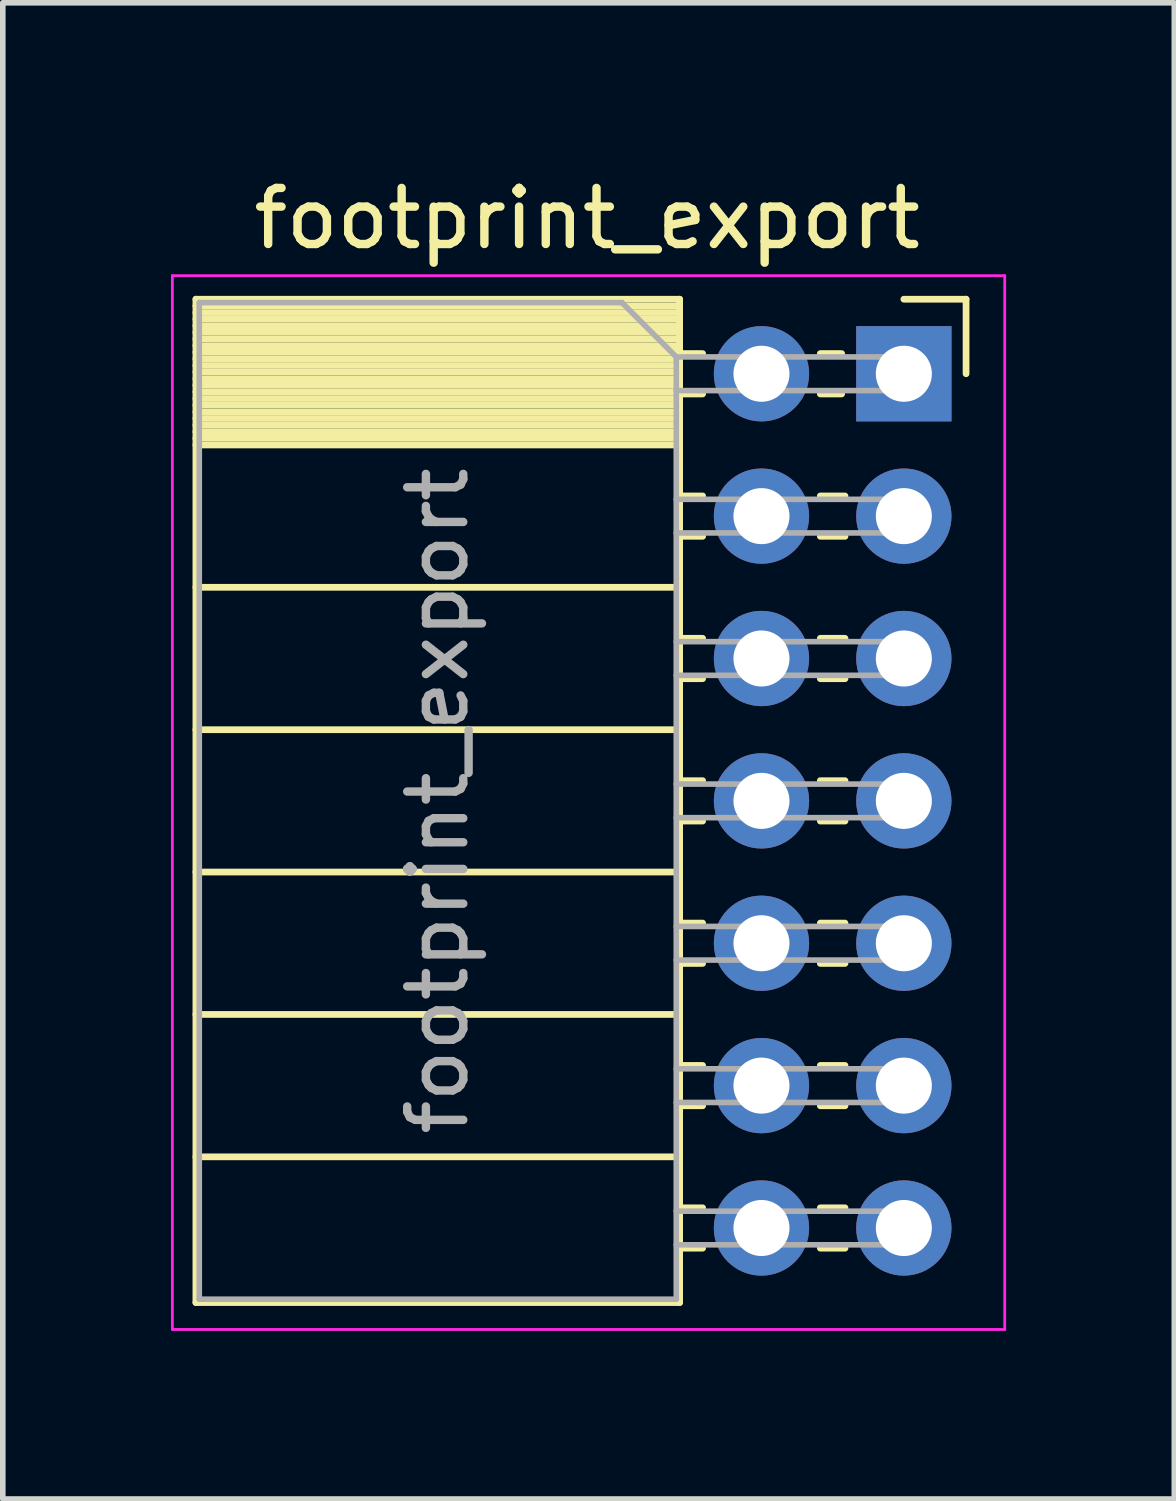
<source format=kicad_pcb>
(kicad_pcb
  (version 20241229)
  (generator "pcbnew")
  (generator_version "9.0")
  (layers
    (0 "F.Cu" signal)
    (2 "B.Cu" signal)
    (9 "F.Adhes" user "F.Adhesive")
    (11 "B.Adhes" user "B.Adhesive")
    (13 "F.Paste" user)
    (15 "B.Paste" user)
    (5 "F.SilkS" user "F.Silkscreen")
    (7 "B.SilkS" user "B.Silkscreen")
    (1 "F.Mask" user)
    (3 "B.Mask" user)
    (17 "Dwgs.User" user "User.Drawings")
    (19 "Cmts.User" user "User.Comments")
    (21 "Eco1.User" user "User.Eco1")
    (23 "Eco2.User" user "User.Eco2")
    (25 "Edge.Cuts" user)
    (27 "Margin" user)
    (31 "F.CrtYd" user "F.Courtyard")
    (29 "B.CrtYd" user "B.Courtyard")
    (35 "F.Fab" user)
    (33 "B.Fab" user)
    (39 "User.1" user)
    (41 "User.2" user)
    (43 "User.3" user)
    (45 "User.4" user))
  (footprint "footprint_export"
    (layer "F.Cu")
    (at 13.075 3.618)
    (property "Reference" "footprint_export" (at -5.65 -2.77 0) (layer "F.SilkS") (effects (font (size 1 1) (thickness 0.15))))
    (attr through_hole)
    (fp_line (start -12.63 -1.33) (end -12.63 16.57) (stroke (width 0.12) (type solid)) (layer "F.SilkS"))
    (fp_line (start -12.63 -1.33) (end -4 -1.33) (stroke (width 0.12) (type solid)) (layer "F.SilkS"))
    (fp_line (start -12.63 -1.21) (end -4 -1.21) (stroke (width 0.12) (type solid)) (layer "F.SilkS"))
    (fp_line (start -12.63 -1.092) (end -4 -1.092) (stroke (width 0.12) (type solid)) (layer "F.SilkS"))
    (fp_line (start -12.63 -0.974) (end -4 -0.974) (stroke (width 0.12) (type solid)) (layer "F.SilkS"))
    (fp_line (start -12.63 -0.856) (end -4 -0.856) (stroke (width 0.12) (type solid)) (layer "F.SilkS"))
    (fp_line (start -12.63 -0.738) (end -4 -0.738) (stroke (width 0.12) (type solid)) (layer "F.SilkS"))
    (fp_line (start -12.63 -0.62) (end -4 -0.62) (stroke (width 0.12) (type solid)) (layer "F.SilkS"))
    (fp_line (start -12.63 -0.501) (end -4 -0.501) (stroke (width 0.12) (type solid)) (layer "F.SilkS"))
    (fp_line (start -12.63 -0.383) (end -4 -0.383) (stroke (width 0.12) (type solid)) (layer "F.SilkS"))
    (fp_line (start -12.63 -0.265) (end -4 -0.265) (stroke (width 0.12) (type solid)) (layer "F.SilkS"))
    (fp_line (start -12.63 -0.147) (end -4 -0.147) (stroke (width 0.12) (type solid)) (layer "F.SilkS"))
    (fp_line (start -12.63 -0.029) (end -4 -0.029) (stroke (width 0.12) (type solid)) (layer "F.SilkS"))
    (fp_line (start -12.63 0.089) (end -4 0.089) (stroke (width 0.12) (type solid)) (layer "F.SilkS"))
    (fp_line (start -12.63 0.207) (end -4 0.207) (stroke (width 0.12) (type solid)) (layer "F.SilkS"))
    (fp_line (start -12.63 0.325) (end -4 0.325) (stroke (width 0.12) (type solid)) (layer "F.SilkS"))
    (fp_line (start -12.63 0.443) (end -4 0.443) (stroke (width 0.12) (type solid)) (layer "F.SilkS"))
    (fp_line (start -12.63 0.561) (end -4 0.561) (stroke (width 0.12) (type solid)) (layer "F.SilkS"))
    (fp_line (start -12.63 0.68) (end -4 0.68) (stroke (width 0.12) (type solid)) (layer "F.SilkS"))
    (fp_line (start -12.63 0.798) (end -4 0.798) (stroke (width 0.12) (type solid)) (layer "F.SilkS"))
    (fp_line (start -12.63 0.916) (end -4 0.916) (stroke (width 0.12) (type solid)) (layer "F.SilkS"))
    (fp_line (start -12.63 1.034) (end -4 1.034) (stroke (width 0.12) (type solid)) (layer "F.SilkS"))
    (fp_line (start -12.63 1.152) (end -4 1.152) (stroke (width 0.12) (type solid)) (layer "F.SilkS"))
    (fp_line (start -12.63 1.27) (end -4 1.27) (stroke (width 0.12) (type solid)) (layer "F.SilkS"))
    (fp_line (start -12.63 3.81) (end -4 3.81) (stroke (width 0.12) (type solid)) (layer "F.SilkS"))
    (fp_line (start -12.63 6.35) (end -4 6.35) (stroke (width 0.12) (type solid)) (layer "F.SilkS"))
    (fp_line (start -12.63 8.89) (end -4 8.89) (stroke (width 0.12) (type solid)) (layer "F.SilkS"))
    (fp_line (start -12.63 11.43) (end -4 11.43) (stroke (width 0.12) (type solid)) (layer "F.SilkS"))
    (fp_line (start -12.63 13.97) (end -4 13.97) (stroke (width 0.12) (type solid)) (layer "F.SilkS"))
    (fp_line (start -12.63 16.57) (end -4 16.57) (stroke (width 0.12) (type solid)) (layer "F.SilkS"))
    (fp_line (start -4 -1.33) (end -4 16.57) (stroke (width 0.12) (type solid)) (layer "F.SilkS"))
    (fp_line (start -4 -0.36) (end -3.59 -0.36) (stroke (width 0.12) (type solid)) (layer "F.SilkS"))
    (fp_line (start -4 0.36) (end -3.59 0.36) (stroke (width 0.12) (type solid)) (layer "F.SilkS"))
    (fp_line (start -4 2.18) (end -3.59 2.18) (stroke (width 0.12) (type solid)) (layer "F.SilkS"))
    (fp_line (start -4 2.9) (end -3.59 2.9) (stroke (width 0.12) (type solid)) (layer "F.SilkS"))
    (fp_line (start -4 4.72) (end -3.59 4.72) (stroke (width 0.12) (type solid)) (layer "F.SilkS"))
    (fp_line (start -4 5.44) (end -3.59 5.44) (stroke (width 0.12) (type solid)) (layer "F.SilkS"))
    (fp_line (start -4 7.26) (end -3.59 7.26) (stroke (width 0.12) (type solid)) (layer "F.SilkS"))
    (fp_line (start -4 7.98) (end -3.59 7.98) (stroke (width 0.12) (type solid)) (layer "F.SilkS"))
    (fp_line (start -4 9.8) (end -3.59 9.8) (stroke (width 0.12) (type solid)) (layer "F.SilkS"))
    (fp_line (start -4 10.52) (end -3.59 10.52) (stroke (width 0.12) (type solid)) (layer "F.SilkS"))
    (fp_line (start -4 12.34) (end -3.59 12.34) (stroke (width 0.12) (type solid)) (layer "F.SilkS"))
    (fp_line (start -4 13.06) (end -3.59 13.06) (stroke (width 0.12) (type solid)) (layer "F.SilkS"))
    (fp_line (start -4 14.88) (end -3.59 14.88) (stroke (width 0.12) (type solid)) (layer "F.SilkS"))
    (fp_line (start -4 15.6) (end -3.59 15.6) (stroke (width 0.12) (type solid)) (layer "F.SilkS"))
    (fp_line (start -1.49 -0.36) (end -1.11 -0.36) (stroke (width 0.12) (type solid)) (layer "F.SilkS"))
    (fp_line (start -1.49 0.36) (end -1.11 0.36) (stroke (width 0.12) (type solid)) (layer "F.SilkS"))
    (fp_line (start -1.49 2.18) (end -1.05 2.18) (stroke (width 0.12) (type solid)) (layer "F.SilkS"))
    (fp_line (start -1.49 2.9) (end -1.05 2.9) (stroke (width 0.12) (type solid)) (layer "F.SilkS"))
    (fp_line (start -1.49 4.72) (end -1.05 4.72) (stroke (width 0.12) (type solid)) (layer "F.SilkS"))
    (fp_line (start -1.49 5.44) (end -1.05 5.44) (stroke (width 0.12) (type solid)) (layer "F.SilkS"))
    (fp_line (start -1.49 7.26) (end -1.05 7.26) (stroke (width 0.12) (type solid)) (layer "F.SilkS"))
    (fp_line (start -1.49 7.98) (end -1.05 7.98) (stroke (width 0.12) (type solid)) (layer "F.SilkS"))
    (fp_line (start -1.49 9.8) (end -1.05 9.8) (stroke (width 0.12) (type solid)) (layer "F.SilkS"))
    (fp_line (start -1.49 10.52) (end -1.05 10.52) (stroke (width 0.12) (type solid)) (layer "F.SilkS"))
    (fp_line (start -1.49 12.34) (end -1.05 12.34) (stroke (width 0.12) (type solid)) (layer "F.SilkS"))
    (fp_line (start -1.49 13.06) (end -1.05 13.06) (stroke (width 0.12) (type solid)) (layer "F.SilkS"))
    (fp_line (start -1.49 14.88) (end -1.05 14.88) (stroke (width 0.12) (type solid)) (layer "F.SilkS"))
    (fp_line (start -1.49 15.6) (end -1.05 15.6) (stroke (width 0.12) (type solid)) (layer "F.SilkS"))
    (fp_line (start 0 -1.33) (end 1.11 -1.33) (stroke (width 0.12) (type solid)) (layer "F.SilkS"))
    (fp_line (start 1.11 -1.33) (end 1.11 0) (stroke (width 0.12) (type solid)) (layer "F.SilkS"))
    (fp_line (start -13.05 -1.75) (end -13.05 17.05) (stroke (width 0.05) (type solid)) (layer "F.CrtYd"))
    (fp_line (start -13.05 17.05) (end 1.8 17.05) (stroke (width 0.05) (type solid)) (layer "F.CrtYd"))
    (fp_line (start 1.8 -1.75) (end -13.05 -1.75) (stroke (width 0.05) (type solid)) (layer "F.CrtYd"))
    (fp_line (start 1.8 17.05) (end 1.8 -1.75) (stroke (width 0.05) (type solid)) (layer "F.CrtYd"))
    (fp_line (start -12.57 -1.27) (end -5.03 -1.27) (stroke (width 0.1) (type solid)) (layer "F.Fab"))
    (fp_line (start -12.57 16.51) (end -12.57 -1.27) (stroke (width 0.1) (type solid)) (layer "F.Fab"))
    (fp_line (start -5.03 -1.27) (end -4.06 -0.3) (stroke (width 0.1) (type solid)) (layer "F.Fab"))
    (fp_line (start -4.06 -0.3) (end -4.06 16.51) (stroke (width 0.1) (type solid)) (layer "F.Fab"))
    (fp_line (start -4.06 0.3) (end 0 0.3) (stroke (width 0.1) (type solid)) (layer "F.Fab"))
    (fp_line (start -4.06 2.84) (end 0 2.84) (stroke (width 0.1) (type solid)) (layer "F.Fab"))
    (fp_line (start -4.06 5.38) (end 0 5.38) (stroke (width 0.1) (type solid)) (layer "F.Fab"))
    (fp_line (start -4.06 7.92) (end 0 7.92) (stroke (width 0.1) (type solid)) (layer "F.Fab"))
    (fp_line (start -4.06 10.46) (end 0 10.46) (stroke (width 0.1) (type solid)) (layer "F.Fab"))
    (fp_line (start -4.06 13) (end 0 13) (stroke (width 0.1) (type solid)) (layer "F.Fab"))
    (fp_line (start -4.06 15.54) (end 0 15.54) (stroke (width 0.1) (type solid)) (layer "F.Fab"))
    (fp_line (start -4.06 16.51) (end -12.57 16.51) (stroke (width 0.1) (type solid)) (layer "F.Fab"))
    (fp_line (start 0 -0.3) (end -4.06 -0.3) (stroke (width 0.1) (type solid)) (layer "F.Fab"))
    (fp_line (start 0 0.3) (end 0 -0.3) (stroke (width 0.1) (type solid)) (layer "F.Fab"))
    (fp_line (start 0 2.24) (end -4.06 2.24) (stroke (width 0.1) (type solid)) (layer "F.Fab"))
    (fp_line (start 0 2.84) (end 0 2.24) (stroke (width 0.1) (type solid)) (layer "F.Fab"))
    (fp_line (start 0 4.78) (end -4.06 4.78) (stroke (width 0.1) (type solid)) (layer "F.Fab"))
    (fp_line (start 0 5.38) (end 0 4.78) (stroke (width 0.1) (type solid)) (layer "F.Fab"))
    (fp_line (start 0 7.32) (end -4.06 7.32) (stroke (width 0.1) (type solid)) (layer "F.Fab"))
    (fp_line (start 0 7.92) (end 0 7.32) (stroke (width 0.1) (type solid)) (layer "F.Fab"))
    (fp_line (start 0 9.86) (end -4.06 9.86) (stroke (width 0.1) (type solid)) (layer "F.Fab"))
    (fp_line (start 0 10.46) (end 0 9.86) (stroke (width 0.1) (type solid)) (layer "F.Fab"))
    (fp_line (start 0 12.4) (end -4.06 12.4) (stroke (width 0.1) (type solid)) (layer "F.Fab"))
    (fp_line (start 0 13) (end 0 12.4) (stroke (width 0.1) (type solid)) (layer "F.Fab"))
    (fp_line (start 0 14.94) (end -4.06 14.94) (stroke (width 0.1) (type solid)) (layer "F.Fab"))
    (fp_line (start 0 15.54) (end 0 14.94) (stroke (width 0.1) (type solid)) (layer "F.Fab"))
    (fp_text user "${REFERENCE}" (at -8.315 7.62 90) (layer "F.Fab") (effects (font (size 1 1) (thickness 0.15))))
    (pad "1" thru_hole rect (at 0 0) (size 1.7 1.7) (drill 1) (layers "*.Cu" "*.Mask"))
    (pad "2" thru_hole oval (at -2.54 0) (size 1.7 1.7) (drill 1) (layers "*.Cu" "*.Mask"))
    (pad "3" thru_hole oval (at 0 2.54) (size 1.7 1.7) (drill 1) (layers "*.Cu" "*.Mask"))
    (pad "4" thru_hole oval (at -2.54 2.54) (size 1.7 1.7) (drill 1) (layers "*.Cu" "*.Mask"))
    (pad "5" thru_hole oval (at 0 5.08) (size 1.7 1.7) (drill 1) (layers "*.Cu" "*.Mask"))
    (pad "6" thru_hole oval (at -2.54 5.08) (size 1.7 1.7) (drill 1) (layers "*.Cu" "*.Mask"))
    (pad "7" thru_hole oval (at 0 7.62) (size 1.7 1.7) (drill 1) (layers "*.Cu" "*.Mask"))
    (pad "8" thru_hole oval (at -2.54 7.62) (size 1.7 1.7) (drill 1) (layers "*.Cu" "*.Mask"))
    (pad "9" thru_hole oval (at 0 10.16) (size 1.7 1.7) (drill 1) (layers "*.Cu" "*.Mask"))
    (pad "10" thru_hole oval (at -2.54 10.16) (size 1.7 1.7) (drill 1) (layers "*.Cu" "*.Mask"))
    (pad "11" thru_hole oval (at 0 12.7) (size 1.7 1.7) (drill 1) (layers "*.Cu" "*.Mask"))
    (pad "12" thru_hole oval (at -2.54 12.7) (size 1.7 1.7) (drill 1) (layers "*.Cu" "*.Mask"))
    (pad "13" thru_hole oval (at 0 15.24) (size 1.7 1.7) (drill 1) (layers "*.Cu" "*.Mask"))
    (pad "14" thru_hole oval (at -2.54 15.24) (size 1.7 1.7) (drill 1) (layers "*.Cu" "*.Mask")))
  (gr_rect
    (start -3 -3)
    (end 17.9 23.693)
    (stroke (width 0.1) (type default))
    (fill no)
    (layer "Edge.Cuts")))
</source>
